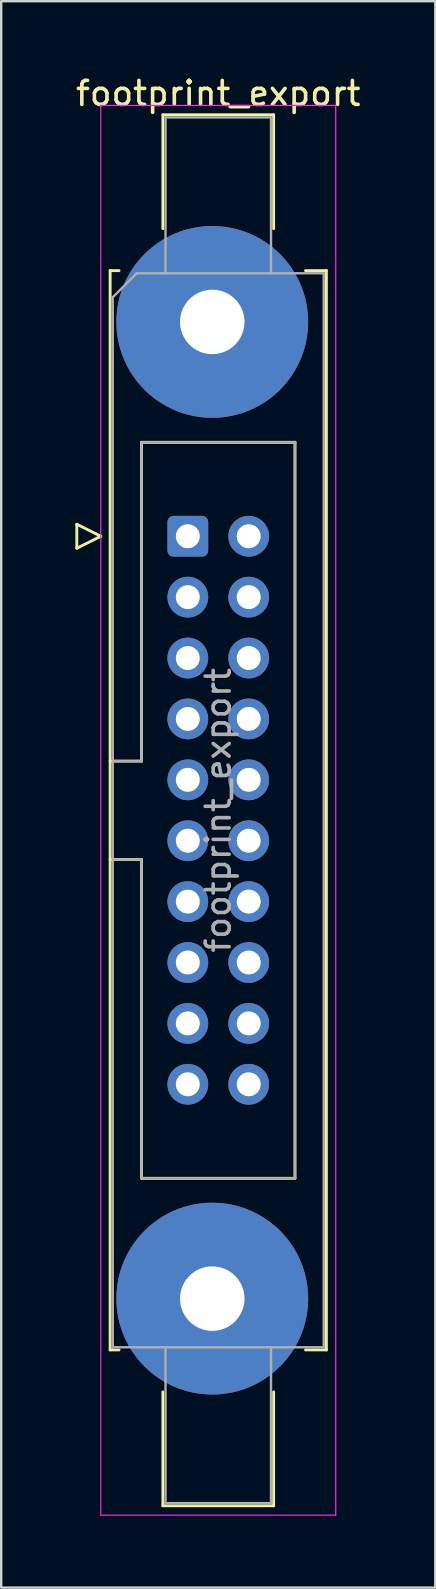
<source format=kicad_pcb>
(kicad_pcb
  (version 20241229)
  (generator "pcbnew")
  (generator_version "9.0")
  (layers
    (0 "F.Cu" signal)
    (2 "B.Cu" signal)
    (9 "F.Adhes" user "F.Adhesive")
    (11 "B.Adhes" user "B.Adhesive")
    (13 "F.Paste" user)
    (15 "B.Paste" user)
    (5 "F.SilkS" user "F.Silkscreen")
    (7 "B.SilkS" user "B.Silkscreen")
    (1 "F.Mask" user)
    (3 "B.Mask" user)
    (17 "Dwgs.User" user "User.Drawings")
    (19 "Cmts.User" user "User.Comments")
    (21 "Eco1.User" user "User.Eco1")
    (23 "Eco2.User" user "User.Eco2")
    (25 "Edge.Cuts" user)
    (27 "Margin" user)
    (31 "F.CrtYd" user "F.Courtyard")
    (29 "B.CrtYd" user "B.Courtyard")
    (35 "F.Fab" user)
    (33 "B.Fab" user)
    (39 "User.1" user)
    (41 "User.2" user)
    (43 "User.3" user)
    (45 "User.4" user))
  (footprint "footprint_export"
    (layer "F.Cu")
    (at 4.784 19.318)
    (property "Reference" "footprint_export" (at 1.27 -18.47 0) (layer "F.SilkS") (effects (font (size 1 1) (thickness 0.15))))
    (attr through_hole)
    (fp_line (start -4.63 -0.5) (end -4.63 0.5) (stroke (width 0.12) (type solid)) (layer "F.SilkS"))
    (fp_line (start -4.63 0.5) (end -3.63 0) (stroke (width 0.12) (type solid)) (layer "F.SilkS"))
    (fp_line (start -3.63 0) (end -4.63 -0.5) (stroke (width 0.12) (type solid)) (layer "F.SilkS"))
    (fp_line (start -3.24 -11.08) (end -3.24 33.94) (stroke (width 0.12) (type solid)) (layer "F.SilkS"))
    (fp_line (start -3.24 9.38) (end -1.93 9.38) (stroke (width 0.12) (type solid)) (layer "F.SilkS"))
    (fp_line (start -3.24 33.94) (end -2.87 33.94) (stroke (width 0.12) (type solid)) (layer "F.SilkS"))
    (fp_line (start -2.87 -11.08) (end -3.24 -11.08) (stroke (width 0.12) (type solid)) (layer "F.SilkS"))
    (fp_line (start -1.93 -3.92) (end 4.47 -3.92) (stroke (width 0.12) (type solid)) (layer "F.SilkS"))
    (fp_line (start -1.93 9.38) (end -1.93 -3.92) (stroke (width 0.12) (type solid)) (layer "F.SilkS"))
    (fp_line (start -1.93 13.48) (end -3.24 13.48) (stroke (width 0.12) (type solid)) (layer "F.SilkS"))
    (fp_line (start -1.93 13.48) (end -1.93 13.48) (stroke (width 0.12) (type solid)) (layer "F.SilkS"))
    (fp_line (start -1.93 26.78) (end -1.93 13.48) (stroke (width 0.12) (type solid)) (layer "F.SilkS"))
    (fp_line (start -1.04 -17.58) (end 3.58 -17.58) (stroke (width 0.12) (type solid)) (layer "F.SilkS"))
    (fp_line (start -1.04 -12.83) (end -1.04 -17.58) (stroke (width 0.12) (type solid)) (layer "F.SilkS"))
    (fp_line (start -1.04 35.69) (end -1.04 40.44) (stroke (width 0.12) (type solid)) (layer "F.SilkS"))
    (fp_line (start -1.04 40.44) (end 3.58 40.44) (stroke (width 0.12) (type solid)) (layer "F.SilkS"))
    (fp_line (start 3.58 -17.58) (end 3.58 -12.83) (stroke (width 0.12) (type solid)) (layer "F.SilkS"))
    (fp_line (start 3.58 40.44) (end 3.58 35.69) (stroke (width 0.12) (type solid)) (layer "F.SilkS"))
    (fp_line (start 4.47 -3.92) (end 4.47 26.78) (stroke (width 0.12) (type solid)) (layer "F.SilkS"))
    (fp_line (start 4.47 26.78) (end -1.93 26.78) (stroke (width 0.12) (type solid)) (layer "F.SilkS"))
    (fp_line (start 4.91 -11.08) (end 5.78 -11.08) (stroke (width 0.12) (type solid)) (layer "F.SilkS"))
    (fp_line (start 5.78 -11.08) (end 5.78 33.94) (stroke (width 0.12) (type solid)) (layer "F.SilkS"))
    (fp_line (start 5.78 33.94) (end 4.91 33.94) (stroke (width 0.12) (type solid)) (layer "F.SilkS"))
    (fp_line (start -3.63 -17.97) (end -3.63 40.83) (stroke (width 0.05) (type solid)) (layer "F.CrtYd"))
    (fp_line (start -3.63 40.83) (end 6.17 40.83) (stroke (width 0.05) (type solid)) (layer "F.CrtYd"))
    (fp_line (start 6.17 -17.97) (end -3.63 -17.97) (stroke (width 0.05) (type solid)) (layer "F.CrtYd"))
    (fp_line (start 6.17 40.83) (end 6.17 -17.97) (stroke (width 0.05) (type solid)) (layer "F.CrtYd"))
    (fp_line (start -3.13 -9.97) (end -2.13 -10.97) (stroke (width 0.1) (type solid)) (layer "F.Fab"))
    (fp_line (start -3.13 9.38) (end -1.93 9.38) (stroke (width 0.1) (type solid)) (layer "F.Fab"))
    (fp_line (start -3.13 33.83) (end -3.13 -9.97) (stroke (width 0.1) (type solid)) (layer "F.Fab"))
    (fp_line (start -2.13 -10.97) (end 5.67 -10.97) (stroke (width 0.1) (type solid)) (layer "F.Fab"))
    (fp_line (start -1.93 -3.92) (end 4.47 -3.92) (stroke (width 0.1) (type solid)) (layer "F.Fab"))
    (fp_line (start -1.93 9.38) (end -1.93 -3.92) (stroke (width 0.1) (type solid)) (layer "F.Fab"))
    (fp_line (start -1.93 13.48) (end -3.13 13.48) (stroke (width 0.1) (type solid)) (layer "F.Fab"))
    (fp_line (start -1.93 13.48) (end -1.93 13.48) (stroke (width 0.1) (type solid)) (layer "F.Fab"))
    (fp_line (start -1.93 26.78) (end -1.93 13.48) (stroke (width 0.1) (type solid)) (layer "F.Fab"))
    (fp_line (start -0.93 -17.47) (end 3.47 -17.47) (stroke (width 0.1) (type solid)) (layer "F.Fab"))
    (fp_line (start -0.93 -10.97) (end -0.93 -17.47) (stroke (width 0.1) (type solid)) (layer "F.Fab"))
    (fp_line (start -0.93 33.83) (end -0.93 40.33) (stroke (width 0.1) (type solid)) (layer "F.Fab"))
    (fp_line (start -0.93 40.33) (end 3.47 40.33) (stroke (width 0.1) (type solid)) (layer "F.Fab"))
    (fp_line (start 3.47 -17.47) (end 3.47 -10.97) (stroke (width 0.1) (type solid)) (layer "F.Fab"))
    (fp_line (start 3.47 40.33) (end 3.47 33.83) (stroke (width 0.1) (type solid)) (layer "F.Fab"))
    (fp_line (start 4.47 -3.92) (end 4.47 26.78) (stroke (width 0.1) (type solid)) (layer "F.Fab"))
    (fp_line (start 4.47 26.78) (end -1.93 26.78) (stroke (width 0.1) (type solid)) (layer "F.Fab"))
    (fp_line (start 5.67 -10.97) (end 5.67 33.83) (stroke (width 0.1) (type solid)) (layer "F.Fab"))
    (fp_line (start 5.67 33.83) (end -3.13 33.83) (stroke (width 0.1) (type solid)) (layer "F.Fab"))
    (fp_text user "${REFERENCE}" (at 1.27 11.43 90) (layer "F.Fab") (effects (font (size 1 1) (thickness 0.15))))
    (pad "1" thru_hole roundrect (at 0 0) (size 1.7 1.7) (drill 1) (layers "*.Cu" "*.Mask") (roundrect_rratio 0.147))
    (pad "2" thru_hole circle (at 2.54 0) (size 1.7 1.7) (drill 1) (layers "*.Cu" "*.Mask"))
    (pad "3" thru_hole circle (at 0 2.54) (size 1.7 1.7) (drill 1) (layers "*.Cu" "*.Mask"))
    (pad "4" thru_hole circle (at 2.54 2.54) (size 1.7 1.7) (drill 1) (layers "*.Cu" "*.Mask"))
    (pad "5" thru_hole circle (at 0 5.08) (size 1.7 1.7) (drill 1) (layers "*.Cu" "*.Mask"))
    (pad "6" thru_hole circle (at 2.54 5.08) (size 1.7 1.7) (drill 1) (layers "*.Cu" "*.Mask"))
    (pad "7" thru_hole circle (at 0 7.62) (size 1.7 1.7) (drill 1) (layers "*.Cu" "*.Mask"))
    (pad "8" thru_hole circle (at 2.54 7.62) (size 1.7 1.7) (drill 1) (layers "*.Cu" "*.Mask"))
    (pad "9" thru_hole circle (at 0 10.16) (size 1.7 1.7) (drill 1) (layers "*.Cu" "*.Mask"))
    (pad "10" thru_hole circle (at 2.54 10.16) (size 1.7 1.7) (drill 1) (layers "*.Cu" "*.Mask"))
    (pad "11" thru_hole circle (at 0 12.7) (size 1.7 1.7) (drill 1) (layers "*.Cu" "*.Mask"))
    (pad "12" thru_hole circle (at 2.54 12.7) (size 1.7 1.7) (drill 1) (layers "*.Cu" "*.Mask"))
    (pad "13" thru_hole circle (at 0 15.24) (size 1.7 1.7) (drill 1) (layers "*.Cu" "*.Mask"))
    (pad "14" thru_hole circle (at 2.54 15.24) (size 1.7 1.7) (drill 1) (layers "*.Cu" "*.Mask"))
    (pad "15" thru_hole circle (at 0 17.78) (size 1.7 1.7) (drill 1) (layers "*.Cu" "*.Mask"))
    (pad "16" thru_hole circle (at 2.54 17.78) (size 1.7 1.7) (drill 1) (layers "*.Cu" "*.Mask"))
    (pad "17" thru_hole circle (at 0 20.32) (size 1.7 1.7) (drill 1) (layers "*.Cu" "*.Mask"))
    (pad "18" thru_hole circle (at 2.54 20.32) (size 1.7 1.7) (drill 1) (layers "*.Cu" "*.Mask"))
    (pad "19" thru_hole circle (at 0 22.86) (size 1.7 1.7) (drill 1) (layers "*.Cu" "*.Mask"))
    (pad "20" thru_hole circle (at 2.54 22.86) (size 1.7 1.7) (drill 1) (layers "*.Cu" "*.Mask"))
    (pad "MP" thru_hole circle (at 1.02 -8.94) (size 8 8) (drill 2.69) (layers "*.Cu" "*.Mask"))
    (pad "MP" thru_hole circle (at 1.02 31.8) (size 8 8) (drill 2.69) (layers "*.Cu" "*.Mask")))
  (gr_rect
    (start -3 -3)
    (end 15.107 63.173)
    (stroke (width 0.1) (type default))
    (fill no)
    (layer "Edge.Cuts")))
</source>
